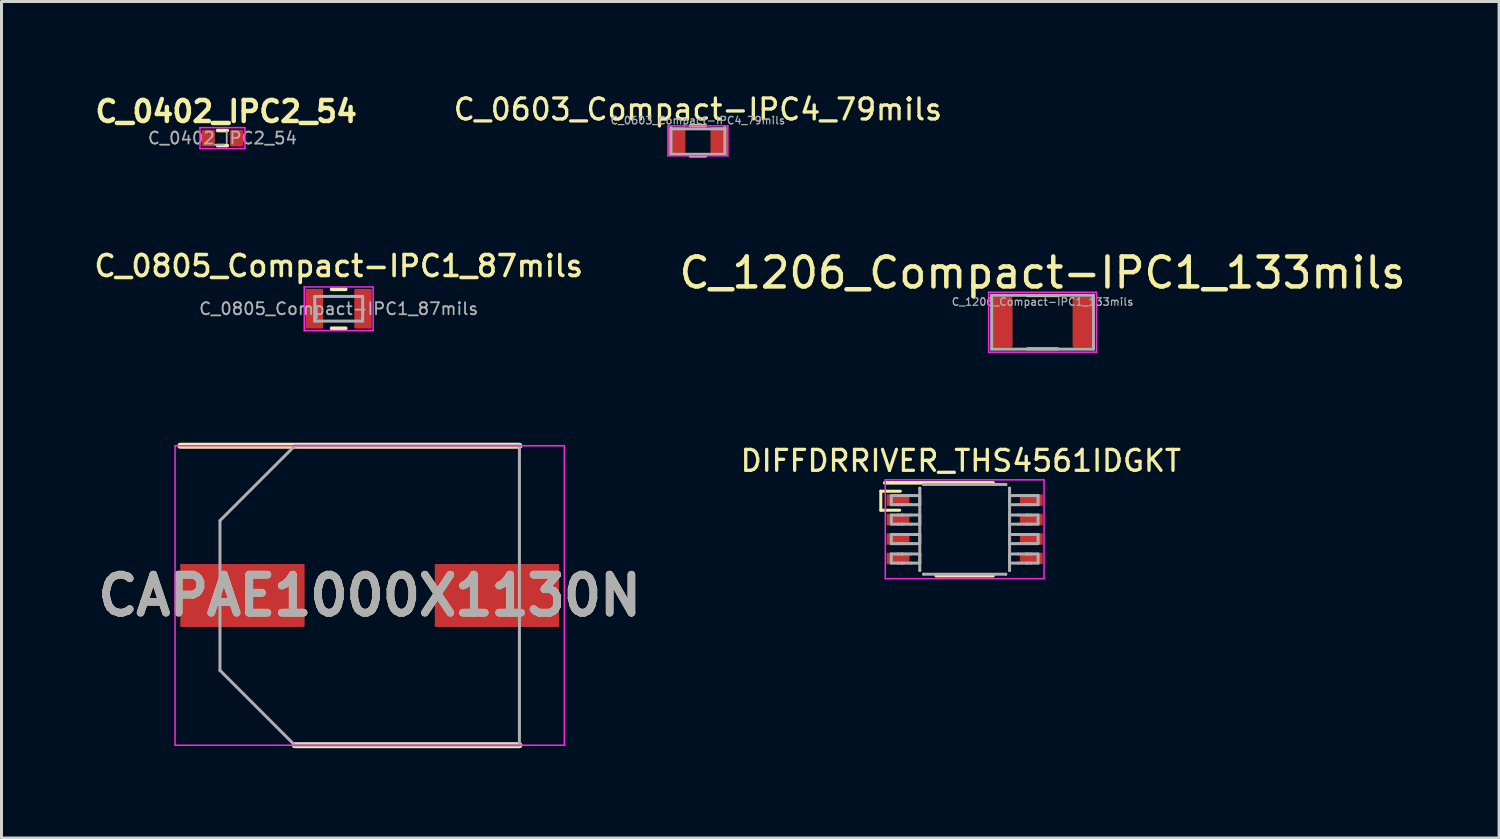
<source format=kicad_pcb>
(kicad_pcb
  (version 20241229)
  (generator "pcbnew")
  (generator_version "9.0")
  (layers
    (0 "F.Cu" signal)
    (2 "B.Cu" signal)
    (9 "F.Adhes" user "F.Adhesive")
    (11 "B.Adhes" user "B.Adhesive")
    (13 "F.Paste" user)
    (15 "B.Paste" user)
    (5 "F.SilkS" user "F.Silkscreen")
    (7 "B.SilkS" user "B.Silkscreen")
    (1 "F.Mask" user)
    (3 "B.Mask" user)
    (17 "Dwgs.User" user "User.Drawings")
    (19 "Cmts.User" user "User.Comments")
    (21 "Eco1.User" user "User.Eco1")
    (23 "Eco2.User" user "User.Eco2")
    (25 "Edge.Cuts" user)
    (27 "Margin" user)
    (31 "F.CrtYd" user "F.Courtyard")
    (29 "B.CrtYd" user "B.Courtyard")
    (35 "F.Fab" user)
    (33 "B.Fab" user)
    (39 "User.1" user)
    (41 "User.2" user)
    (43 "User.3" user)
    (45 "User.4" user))
  (footprint "C_0805_Compact-IPC1_87mils"
    (layer "F.Cu")
    (at 8.26 7.261)
    (property "Reference" "C_0805_Compact-IPC1_87mils" (at 0 -1.43 0) (layer "F.SilkS") (effects (font (size 0.7 0.7) (thickness 0.12) (bold yes))))
    (attr smd)
    (fp_line (start -0.237 -0.65) (end 0.237 -0.65) (stroke (width 0.12) (type solid)) (layer "F.SilkS"))
    (fp_line (start -0.237 0.65) (end 0.237 0.65) (stroke (width 0.12) (type solid)) (layer "F.SilkS"))
    (fp_line (start -1.15 -0.73) (end 1.15 -0.73) (stroke (width 0.05) (type solid)) (layer "F.CrtYd"))
    (fp_line (start -1.15 0.73) (end -1.15 -0.73) (stroke (width 0.05) (type solid)) (layer "F.CrtYd"))
    (fp_line (start 1.15 -0.73) (end 1.15 0.73) (stroke (width 0.05) (type solid)) (layer "F.CrtYd"))
    (fp_line (start 1.15 0.73) (end -1.15 0.73) (stroke (width 0.05) (type solid)) (layer "F.CrtYd"))
    (fp_line (start -0.8 -0.412) (end 0.8 -0.412) (stroke (width 0.1) (type solid)) (layer "F.Fab"))
    (fp_line (start -0.8 0.412) (end -0.8 -0.412) (stroke (width 0.1) (type solid)) (layer "F.Fab"))
    (fp_line (start 0.8 -0.412) (end 0.8 0.412) (stroke (width 0.1) (type solid)) (layer "F.Fab"))
    (fp_line (start 0.8 0.412) (end -0.8 0.412) (stroke (width 0.1) (type solid)) (layer "F.Fab"))
    (fp_text user "${REFERENCE}" (at 0 0 0) (layer "F.Fab") (effects (font (size 0.4 0.4) (thickness 0.06))))
    (pad "1" smd roundrect (at -0.813 0) (size 0.584 1.321) (layers "F.Cu" "F.Mask" "F.Paste") (roundrect_rratio 0.05))
    (pad "2" smd roundrect (at 0.813 0) (size 0.584 1.321) (layers "F.Cu" "F.Mask" "F.Paste") (roundrect_rratio 0.05)))
  (footprint "CAPAE1000X1130N"
    (layer "F.Cu")
    (at 9.295 16.835)
    (property "Reference" "CAPAE1000X1130N" (at 0 0 0) (layer "F.SilkS") (effects (font (size 1.27 1.27) (thickness 0.254))))
    (attr smd)
    (fp_line (start -6.325 -5) (end 5 -5) (stroke (width 0.2) (type solid)) (layer "F.SilkS"))
    (fp_line (start -2.5 5) (end 5 5) (stroke (width 0.2) (type solid)) (layer "F.SilkS"))
    (fp_line (start -6.5 -5) (end 6.5 -5) (stroke (width 0.05) (type solid)) (layer "F.CrtYd"))
    (fp_line (start -6.5 5) (end -6.5 -5) (stroke (width 0.05) (type solid)) (layer "F.CrtYd"))
    (fp_line (start 6.5 -5) (end 6.5 5) (stroke (width 0.05) (type solid)) (layer "F.CrtYd"))
    (fp_line (start 6.5 5) (end -6.5 5) (stroke (width 0.05) (type solid)) (layer "F.CrtYd"))
    (fp_line (start -5 -2.5) (end -5 2.5) (stroke (width 0.1) (type solid)) (layer "F.Fab"))
    (fp_line (start -5 2.5) (end -2.5 5) (stroke (width 0.1) (type solid)) (layer "F.Fab"))
    (fp_line (start -2.5 -5) (end -5 -2.5) (stroke (width 0.1) (type solid)) (layer "F.Fab"))
    (fp_line (start -2.5 5) (end 5 5) (stroke (width 0.1) (type solid)) (layer "F.Fab"))
    (fp_line (start 5 -5) (end -2.5 -5) (stroke (width 0.1) (type solid)) (layer "F.Fab"))
    (fp_line (start 5 5) (end 5 -5) (stroke (width 0.1) (type solid)) (layer "F.Fab"))
    (fp_text user "${REFERENCE}" (at 0 0 0) (layer "F.Fab") (effects (font (size 1.27 1.27) (thickness 0.254))))
    (pad "1" smd rect (at -4.25 0 90) (size 2.1 4.15) (layers "F.Cu" "F.Mask" "F.Paste"))
    (pad "2" smd rect (at 4.25 0 90) (size 2.1 4.15) (layers "F.Cu" "F.Mask" "F.Paste")))
  (footprint "DIFFDRRIVER_THS4561IDGKT"
    (layer "F.Cu")
    (at 29.162 14.623)
    (property "Reference" "DIFFDRRIVER_THS4561IDGKT" (at -0.127 -2.286 0) (layer "F.SilkS") (effects (font (size 0.7 0.7) (thickness 0.11))))
    (attr through_hole)
    (fp_line (start -2.8 -1.27) (end -2.8 -0.635) (stroke (width 0.1) (type default)) (layer "F.SilkS"))
    (fp_line (start -2.8 -0.635) (end -2.167 -0.635) (stroke (width 0.1) (type default)) (layer "F.SilkS"))
    (fp_line (start -2.667 -1.55) (end 0.95 -1.55) (stroke (width 0.12) (type solid)) (layer "F.SilkS"))
    (fp_line (start -2.146 -1.27) (end -2.8 -1.27) (stroke (width 0.1) (type default)) (layer "F.SilkS"))
    (fp_line (start -0.95 1.55) (end 0.95 1.55) (stroke (width 0.12) (type solid)) (layer "F.SilkS"))
    (fp_line (start -2.65 -1.65) (end 2.65 -1.65) (stroke (width 0.05) (type solid)) (layer "F.CrtYd"))
    (fp_line (start -2.65 1.65) (end -2.65 -1.65) (stroke (width 0.05) (type solid)) (layer "F.CrtYd"))
    (fp_line (start -2.65 1.65) (end 2.65 1.65) (stroke (width 0.05) (type solid)) (layer "F.CrtYd"))
    (fp_line (start 2.65 1.65) (end 2.65 -1.65) (stroke (width 0.05) (type solid)) (layer "F.CrtYd"))
    (fp_line (start -2.45 -1.125) (end -2.21 -1.125) (stroke (width 0.1) (type solid)) (layer "F.Fab"))
    (fp_line (start -2.45 -0.82) (end -2.45 -1.125) (stroke (width 0.1) (type solid)) (layer "F.Fab"))
    (fp_line (start -2.45 -0.82) (end -2.21 -0.82) (stroke (width 0.1) (type solid)) (layer "F.Fab"))
    (fp_line (start -2.45 -0.475) (end -2.21 -0.475) (stroke (width 0.1) (type solid)) (layer "F.Fab"))
    (fp_line (start -2.45 -0.17) (end -2.45 -0.475) (stroke (width 0.1) (type solid)) (layer "F.Fab"))
    (fp_line (start -2.45 -0.17) (end -2.21 -0.17) (stroke (width 0.1) (type solid)) (layer "F.Fab"))
    (fp_line (start -2.45 0.175) (end -2.21 0.175) (stroke (width 0.1) (type solid)) (layer "F.Fab"))
    (fp_line (start -2.45 0.48) (end -2.45 0.175) (stroke (width 0.1) (type solid)) (layer "F.Fab"))
    (fp_line (start -2.45 0.48) (end -2.21 0.48) (stroke (width 0.1) (type solid)) (layer "F.Fab"))
    (fp_line (start -2.45 0.826) (end -2.21 0.826) (stroke (width 0.1) (type solid)) (layer "F.Fab"))
    (fp_line (start -2.45 1.131) (end -2.45 0.826) (stroke (width 0.1) (type solid)) (layer "F.Fab"))
    (fp_line (start -2.45 1.131) (end -2.21 1.131) (stroke (width 0.1) (type solid)) (layer "F.Fab"))
    (fp_line (start -2.21 -1.125) (end -2.091 -1.125) (stroke (width 0.1) (type solid)) (layer "F.Fab"))
    (fp_line (start -2.21 -0.82) (end -2.091 -0.82) (stroke (width 0.1) (type solid)) (layer "F.Fab"))
    (fp_line (start -2.21 -0.475) (end -2.091 -0.475) (stroke (width 0.1) (type solid)) (layer "F.Fab"))
    (fp_line (start -2.21 -0.17) (end -2.091 -0.17) (stroke (width 0.1) (type solid)) (layer "F.Fab"))
    (fp_line (start -2.21 0.175) (end -2.091 0.175) (stroke (width 0.1) (type solid)) (layer "F.Fab"))
    (fp_line (start -2.21 0.48) (end -2.091 0.48) (stroke (width 0.1) (type solid)) (layer "F.Fab"))
    (fp_line (start -2.21 0.826) (end -2.091 0.826) (stroke (width 0.1) (type solid)) (layer "F.Fab"))
    (fp_line (start -2.21 1.131) (end -2.091 1.131) (stroke (width 0.1) (type solid)) (layer "F.Fab"))
    (fp_line (start -2.091 -1.125) (end -2.087 -1.125) (stroke (width 0.1) (type solid)) (layer "F.Fab"))
    (fp_line (start -2.091 -0.82) (end -2.087 -0.82) (stroke (width 0.1) (type solid)) (layer "F.Fab"))
    (fp_line (start -2.091 -0.475) (end -2.087 -0.475) (stroke (width 0.1) (type solid)) (layer "F.Fab"))
    (fp_line (start -2.091 -0.17) (end -2.087 -0.17) (stroke (width 0.1) (type solid)) (layer "F.Fab"))
    (fp_line (start -2.091 0.175) (end -2.087 0.175) (stroke (width 0.1) (type solid)) (layer "F.Fab"))
    (fp_line (start -2.091 0.48) (end -2.087 0.48) (stroke (width 0.1) (type solid)) (layer "F.Fab"))
    (fp_line (start -2.091 0.826) (end -2.087 0.826) (stroke (width 0.1) (type solid)) (layer "F.Fab"))
    (fp_line (start -2.091 1.131) (end -2.087 1.131) (stroke (width 0.1) (type solid)) (layer "F.Fab"))
    (fp_line (start -2.087 -1.125) (end -1.784 -1.125) (stroke (width 0.1) (type solid)) (layer "F.Fab"))
    (fp_line (start -2.087 -0.82) (end -1.784 -0.82) (stroke (width 0.1) (type solid)) (layer "F.Fab"))
    (fp_line (start -2.087 -0.475) (end -1.784 -0.475) (stroke (width 0.1) (type solid)) (layer "F.Fab"))
    (fp_line (start -2.087 -0.17) (end -1.784 -0.17) (stroke (width 0.1) (type solid)) (layer "F.Fab"))
    (fp_line (start -2.087 0.175) (end -1.784 0.175) (stroke (width 0.1) (type solid)) (layer "F.Fab"))
    (fp_line (start -2.087 0.48) (end -1.784 0.48) (stroke (width 0.1) (type solid)) (layer "F.Fab"))
    (fp_line (start -2.087 0.826) (end -1.784 0.826) (stroke (width 0.1) (type solid)) (layer "F.Fab"))
    (fp_line (start -2.087 1.131) (end -1.784 1.131) (stroke (width 0.1) (type solid)) (layer "F.Fab"))
    (fp_line (start -1.784 -1.125) (end -1.498 -1.125) (stroke (width 0.1) (type solid)) (layer "F.Fab"))
    (fp_line (start -1.784 -0.82) (end -1.498 -0.82) (stroke (width 0.1) (type solid)) (layer "F.Fab"))
    (fp_line (start -1.784 -0.475) (end -1.498 -0.475) (stroke (width 0.1) (type solid)) (layer "F.Fab"))
    (fp_line (start -1.784 -0.17) (end -1.498 -0.17) (stroke (width 0.1) (type solid)) (layer "F.Fab"))
    (fp_line (start -1.784 0.175) (end -1.498 0.175) (stroke (width 0.1) (type solid)) (layer "F.Fab"))
    (fp_line (start -1.784 0.48) (end -1.498 0.48) (stroke (width 0.1) (type solid)) (layer "F.Fab"))
    (fp_line (start -1.784 0.826) (end -1.498 0.826) (stroke (width 0.1) (type solid)) (layer "F.Fab"))
    (fp_line (start -1.784 1.131) (end -1.498 1.131) (stroke (width 0.1) (type solid)) (layer "F.Fab"))
    (fp_line (start -1.498 -1.369) (end -1.497 -1.372) (stroke (width 0.1) (type solid)) (layer "F.Fab"))
    (fp_line (start -1.498 -0.82) (end -1.498 -1.125) (stroke (width 0.1) (type solid)) (layer "F.Fab"))
    (fp_line (start -1.498 -0.17) (end -1.498 -0.475) (stroke (width 0.1) (type solid)) (layer "F.Fab"))
    (fp_line (start -1.498 0.48) (end -1.498 0.175) (stroke (width 0.1) (type solid)) (layer "F.Fab"))
    (fp_line (start -1.498 1.131) (end -1.498 0.826) (stroke (width 0.1) (type solid)) (layer "F.Fab"))
    (fp_line (start -1.498 1.374) (end -1.498 -1.369) (stroke (width 0.1) (type solid)) (layer "F.Fab"))
    (fp_line (start -1.498 1.374) (end -1.497 1.377) (stroke (width 0.1) (type solid)) (layer "F.Fab"))
    (fp_line (start -1.373 -1.496) (end -1.371 -1.496) (stroke (width 0.1) (type solid)) (layer "F.Fab"))
    (fp_line (start -1.373 1.501) (end -1.371 1.501) (stroke (width 0.1) (type solid)) (layer "F.Fab"))
    (fp_line (start -1.371 -1.496) (end 1.373 -1.496) (stroke (width 0.1) (type solid)) (layer "F.Fab"))
    (fp_line (start -1.371 1.501) (end 1.373 1.501) (stroke (width 0.1) (type solid)) (layer "F.Fab"))
    (fp_line (start 1.373 -1.496) (end 1.375 -1.496) (stroke (width 0.1) (type solid)) (layer "F.Fab"))
    (fp_line (start 1.373 1.501) (end 1.375 1.501) (stroke (width 0.1) (type solid)) (layer "F.Fab"))
    (fp_line (start 1.5 -1.372) (end 1.5 -1.369) (stroke (width 0.1) (type solid)) (layer "F.Fab"))
    (fp_line (start 1.5 1.377) (end 1.5 1.374) (stroke (width 0.1) (type solid)) (layer "F.Fab"))
    (fp_line (start 1.5 -1.125) (end 1.786 -1.125) (stroke (width 0.1) (type solid)) (layer "F.Fab"))
    (fp_line (start 1.5 -0.82) (end 1.5 -1.125) (stroke (width 0.1) (type solid)) (layer "F.Fab"))
    (fp_line (start 1.5 -0.82) (end 1.786 -0.82) (stroke (width 0.1) (type solid)) (layer "F.Fab"))
    (fp_line (start 1.5 -0.475) (end 1.786 -0.475) (stroke (width 0.1) (type solid)) (layer "F.Fab"))
    (fp_line (start 1.5 -0.17) (end 1.5 -0.475) (stroke (width 0.1) (type solid)) (layer "F.Fab"))
    (fp_line (start 1.5 -0.17) (end 1.786 -0.17) (stroke (width 0.1) (type solid)) (layer "F.Fab"))
    (fp_line (start 1.5 0.175) (end 1.786 0.175) (stroke (width 0.1) (type solid)) (layer "F.Fab"))
    (fp_line (start 1.5 0.48) (end 1.5 0.175) (stroke (width 0.1) (type solid)) (layer "F.Fab"))
    (fp_line (start 1.5 0.48) (end 1.786 0.48) (stroke (width 0.1) (type solid)) (layer "F.Fab"))
    (fp_line (start 1.5 0.826) (end 1.786 0.826) (stroke (width 0.1) (type solid)) (layer "F.Fab"))
    (fp_line (start 1.5 1.131) (end 1.5 0.826) (stroke (width 0.1) (type solid)) (layer "F.Fab"))
    (fp_line (start 1.5 1.131) (end 1.786 1.131) (stroke (width 0.1) (type solid)) (layer "F.Fab"))
    (fp_line (start 1.5 1.374) (end 1.5 -1.369) (stroke (width 0.1) (type solid)) (layer "F.Fab"))
    (fp_line (start 1.786 -1.125) (end 2.089 -1.125) (stroke (width 0.1) (type solid)) (layer "F.Fab"))
    (fp_line (start 1.786 -0.82) (end 2.089 -0.82) (stroke (width 0.1) (type solid)) (layer "F.Fab"))
    (fp_line (start 1.786 -0.475) (end 2.089 -0.475) (stroke (width 0.1) (type solid)) (layer "F.Fab"))
    (fp_line (start 1.786 -0.17) (end 2.089 -0.17) (stroke (width 0.1) (type solid)) (layer "F.Fab"))
    (fp_line (start 1.786 0.175) (end 2.089 0.175) (stroke (width 0.1) (type solid)) (layer "F.Fab"))
    (fp_line (start 1.786 0.48) (end 2.089 0.48) (stroke (width 0.1) (type solid)) (layer "F.Fab"))
    (fp_line (start 1.786 0.826) (end 2.089 0.826) (stroke (width 0.1) (type solid)) (layer "F.Fab"))
    (fp_line (start 1.786 1.131) (end 2.089 1.131) (stroke (width 0.1) (type solid)) (layer "F.Fab"))
    (fp_line (start 2.089 -1.125) (end 2.093 -1.125) (stroke (width 0.1) (type solid)) (layer "F.Fab"))
    (fp_line (start 2.089 -0.82) (end 2.093 -0.82) (stroke (width 0.1) (type solid)) (layer "F.Fab"))
    (fp_line (start 2.089 -0.475) (end 2.093 -0.475) (stroke (width 0.1) (type solid)) (layer "F.Fab"))
    (fp_line (start 2.089 -0.17) (end 2.093 -0.17) (stroke (width 0.1) (type solid)) (layer "F.Fab"))
    (fp_line (start 2.089 0.175) (end 2.093 0.175) (stroke (width 0.1) (type solid)) (layer "F.Fab"))
    (fp_line (start 2.089 0.48) (end 2.093 0.48) (stroke (width 0.1) (type solid)) (layer "F.Fab"))
    (fp_line (start 2.089 0.826) (end 2.093 0.826) (stroke (width 0.1) (type solid)) (layer "F.Fab"))
    (fp_line (start 2.089 1.131) (end 2.093 1.131) (stroke (width 0.1) (type solid)) (layer "F.Fab"))
    (fp_line (start 2.093 -1.125) (end 2.213 -1.125) (stroke (width 0.1) (type solid)) (layer "F.Fab"))
    (fp_line (start 2.093 -0.82) (end 2.213 -0.82) (stroke (width 0.1) (type solid)) (layer "F.Fab"))
    (fp_line (start 2.093 -0.475) (end 2.213 -0.475) (stroke (width 0.1) (type solid)) (layer "F.Fab"))
    (fp_line (start 2.093 -0.17) (end 2.213 -0.17) (stroke (width 0.1) (type solid)) (layer "F.Fab"))
    (fp_line (start 2.093 0.175) (end 2.213 0.175) (stroke (width 0.1) (type solid)) (layer "F.Fab"))
    (fp_line (start 2.093 0.48) (end 2.213 0.48) (stroke (width 0.1) (type solid)) (layer "F.Fab"))
    (fp_line (start 2.093 0.826) (end 2.213 0.826) (stroke (width 0.1) (type solid)) (layer "F.Fab"))
    (fp_line (start 2.093 1.131) (end 2.213 1.131) (stroke (width 0.1) (type solid)) (layer "F.Fab"))
    (fp_line (start 2.213 -1.125) (end 2.452 -1.125) (stroke (width 0.1) (type solid)) (layer "F.Fab"))
    (fp_line (start 2.213 -0.82) (end 2.452 -0.82) (stroke (width 0.1) (type solid)) (layer "F.Fab"))
    (fp_line (start 2.213 -0.475) (end 2.452 -0.475) (stroke (width 0.1) (type solid)) (layer "F.Fab"))
    (fp_line (start 2.213 -0.17) (end 2.452 -0.17) (stroke (width 0.1) (type solid)) (layer "F.Fab"))
    (fp_line (start 2.213 0.175) (end 2.452 0.175) (stroke (width 0.1) (type solid)) (layer "F.Fab"))
    (fp_line (start 2.213 0.48) (end 2.452 0.48) (stroke (width 0.1) (type solid)) (layer "F.Fab"))
    (fp_line (start 2.213 0.826) (end 2.452 0.826) (stroke (width 0.1) (type solid)) (layer "F.Fab"))
    (fp_line (start 2.213 1.131) (end 2.452 1.131) (stroke (width 0.1) (type solid)) (layer "F.Fab"))
    (fp_line (start 2.452 -0.82) (end 2.452 -1.125) (stroke (width 0.1) (type solid)) (layer "F.Fab"))
    (fp_line (start 2.452 -0.17) (end 2.452 -0.475) (stroke (width 0.1) (type solid)) (layer "F.Fab"))
    (fp_line (start 2.452 0.48) (end 2.452 0.175) (stroke (width 0.1) (type solid)) (layer "F.Fab"))
    (fp_line (start 2.452 1.131) (end 2.452 0.826) (stroke (width 0.1) (type solid)) (layer "F.Fab"))
    (pad "1" smd rect (at -2.225 -0.975 90) (size 0.381 0.762) (layers "F.Cu" "F.Mask" "F.Paste"))
    (pad "2" smd rect (at -2.225 -0.325 90) (size 0.381 0.762) (layers "F.Cu" "F.Mask" "F.Paste"))
    (pad "3" smd rect (at -2.225 0.325 90) (size 0.381 0.762) (layers "F.Cu" "F.Mask" "F.Paste"))
    (pad "4" smd rect (at -2.225 0.975 90) (size 0.381 0.762) (layers "F.Cu" "F.Mask" "F.Paste"))
    (pad "5" smd rect (at 2.225 0.975 90) (size 0.381 0.762) (layers "F.Cu" "F.Mask" "F.Paste"))
    (pad "6" smd rect (at 2.225 0.325 90) (size 0.381 0.762) (layers "F.Cu" "F.Mask" "F.Paste"))
    (pad "7" smd rect (at 2.225 -0.325 90) (size 0.381 0.762) (layers "F.Cu" "F.Mask" "F.Paste"))
    (pad "8" smd rect (at 2.225 -0.975 90) (size 0.381 0.762) (layers "F.Cu" "F.Mask" "F.Paste")))
  (footprint "C_0603_Compact-IPC4_79mils"
    (layer "F.Cu")
    (at 20.255 1.653)
    (property "Reference" "C_0603_Compact-IPC4_79mils" (at 0 -1.05 0) (layer "F.SilkS") (effects (font (size 0.7 0.7) (thickness 0.11))))
    (attr smd)
    (fp_line (start -0.254 -0.508) (end 0.254 -0.508) (stroke (width 0.1) (type default)) (layer "F.SilkS"))
    (fp_line (start -0.254 0.508) (end 0.254 0.508) (stroke (width 0.1) (type default)) (layer "F.SilkS"))
    (fp_line (start -1 -0.5) (end 1 -0.5) (stroke (width 0.05) (type solid)) (layer "F.CrtYd"))
    (fp_line (start -1 0.5) (end -1 -0.5) (stroke (width 0.05) (type solid)) (layer "F.CrtYd"))
    (fp_line (start 1 -0.5) (end 1 0.5) (stroke (width 0.05) (type solid)) (layer "F.CrtYd"))
    (fp_line (start 1 0.5) (end -1 0.5) (stroke (width 0.05) (type solid)) (layer "F.CrtYd"))
    (fp_line (start -0.9 -0.4) (end 0.9 -0.4) (stroke (width 0.1) (type solid)) (layer "F.Fab"))
    (fp_line (start -0.9 0.45) (end -0.9 -0.45) (stroke (width 0.1) (type solid)) (layer "F.Fab"))
    (fp_line (start 0.9 -0.45) (end 0.9 0.45) (stroke (width 0.1) (type solid)) (layer "F.Fab"))
    (fp_line (start 0.9 0.45) (end -0.9 0.45) (stroke (width 0.1) (type solid)) (layer "F.Fab"))
    (fp_text user "${REFERENCE}" (at 0 -0.68 0) (layer "F.Fab") (effects (font (size 0.25 0.25) (thickness 0.04))))
    (pad "1" smd roundrect (at -0.711 0) (size 0.584 0.914) (layers "F.Cu" "F.Mask" "F.Paste") (roundrect_rratio 0.1))
    (pad "2" smd roundrect (at 0.711 0) (size 0.584 0.914) (layers "F.Cu" "F.Mask" "F.Paste") (roundrect_rratio 0.1)))
  (footprint "C_1206_Compact-IPC1_133mils"
    (layer "F.Cu")
    (at 31.764 7.71)
    (property "Reference" "C_1206_Compact-IPC1_133mils" (at 0 -1.651 180) (layer "F.SilkS") (effects (font (size 1 1) (thickness 0.15))))
    (attr smd)
    (fp_line (start -0.508 -0.889) (end 0.508 -0.889) (stroke (width 0.1) (type default)) (layer "F.SilkS"))
    (fp_line (start -0.508 0.889) (end 0.508 0.889) (stroke (width 0.1) (type default)) (layer "F.SilkS"))
    (fp_line (start -1.8 -1) (end 1.8 -1) (stroke (width 0.05) (type solid)) (layer "F.CrtYd"))
    (fp_line (start -1.8 1) (end -1.8 -1) (stroke (width 0.05) (type solid)) (layer "F.CrtYd"))
    (fp_line (start 1.8 -1) (end 1.8 1) (stroke (width 0.05) (type solid)) (layer "F.CrtYd"))
    (fp_line (start 1.8 1) (end -1.8 1) (stroke (width 0.05) (type solid)) (layer "F.CrtYd"))
    (fp_line (start -1.7 -0.9) (end 1.7 -0.9) (stroke (width 0.1) (type solid)) (layer "F.Fab"))
    (fp_line (start -1.7 0.9) (end -1.7 -0.9) (stroke (width 0.1) (type solid)) (layer "F.Fab"))
    (fp_line (start 1.7 -0.9) (end 1.7 0.9) (stroke (width 0.1) (type solid)) (layer "F.Fab"))
    (fp_line (start 1.7 0.9) (end -1.7 0.9) (stroke (width 0.1) (type solid)) (layer "F.Fab"))
    (fp_text user "${REFERENCE}" (at 0 -0.68 180) (layer "F.Fab") (effects (font (size 0.25 0.25) (thickness 0.04))))
    (pad "1" smd roundrect (at -1.346 0) (size 0.686 1.702) (layers "F.Cu" "F.Mask" "F.Paste") (roundrect_rratio 0.1))
    (pad "2" smd roundrect (at 1.346 0) (size 0.686 1.702) (layers "F.Cu" "F.Mask" "F.Paste") (roundrect_rratio 0.1)))
  (footprint "C_0402_IPC2_54"
    (layer "F.Cu")
    (at 4.378 1.562)
    (property "Reference" "C_0402_IPC2_54" (at 0.127 -0.889 180) (layer "F.SilkS") (effects (font (size 0.7 0.7) (thickness 0.15))))
    (attr smd)
    (fp_line (start -0.163 -0.254) (end 0.163 -0.254) (stroke (width 0.12) (type solid)) (layer "F.SilkS"))
    (fp_line (start -0.163 0.25) (end 0.163 0.25) (stroke (width 0.12) (type solid)) (layer "F.SilkS"))
    (fp_line (start -0.75 -0.35) (end 0.75 -0.35) (stroke (width 0.05) (type solid)) (layer "F.CrtYd"))
    (fp_line (start -0.75 0.35) (end -0.75 -0.35) (stroke (width 0.05) (type solid)) (layer "F.CrtYd"))
    (fp_line (start 0.75 -0.35) (end 0.75 0.35) (stroke (width 0.05) (type solid)) (layer "F.CrtYd"))
    (fp_line (start 0.75 0.35) (end -0.75 0.35) (stroke (width 0.05) (type solid)) (layer "F.CrtYd"))
    (fp_text user "${REFERENCE}" (at 0 0 180) (layer "F.Fab") (effects (font (size 0.4 0.4) (thickness 0.06))))
    (pad "1" smd roundrect (at -0.47 0) (size 0.431 0.559) (layers "F.Cu" "F.Mask" "F.Paste") (roundrect_rratio 0.1))
    (pad "2" smd roundrect (at 0.47 0) (size 0.431 0.559) (layers "F.Cu" "F.Mask" "F.Paste") (roundrect_rratio 0.1)))
  (gr_rect
    (start -3 -3)
    (end 47.008 24.935)
    (stroke (width 0.1) (type default))
    (fill no)
    (layer "Edge.Cuts")))
</source>
